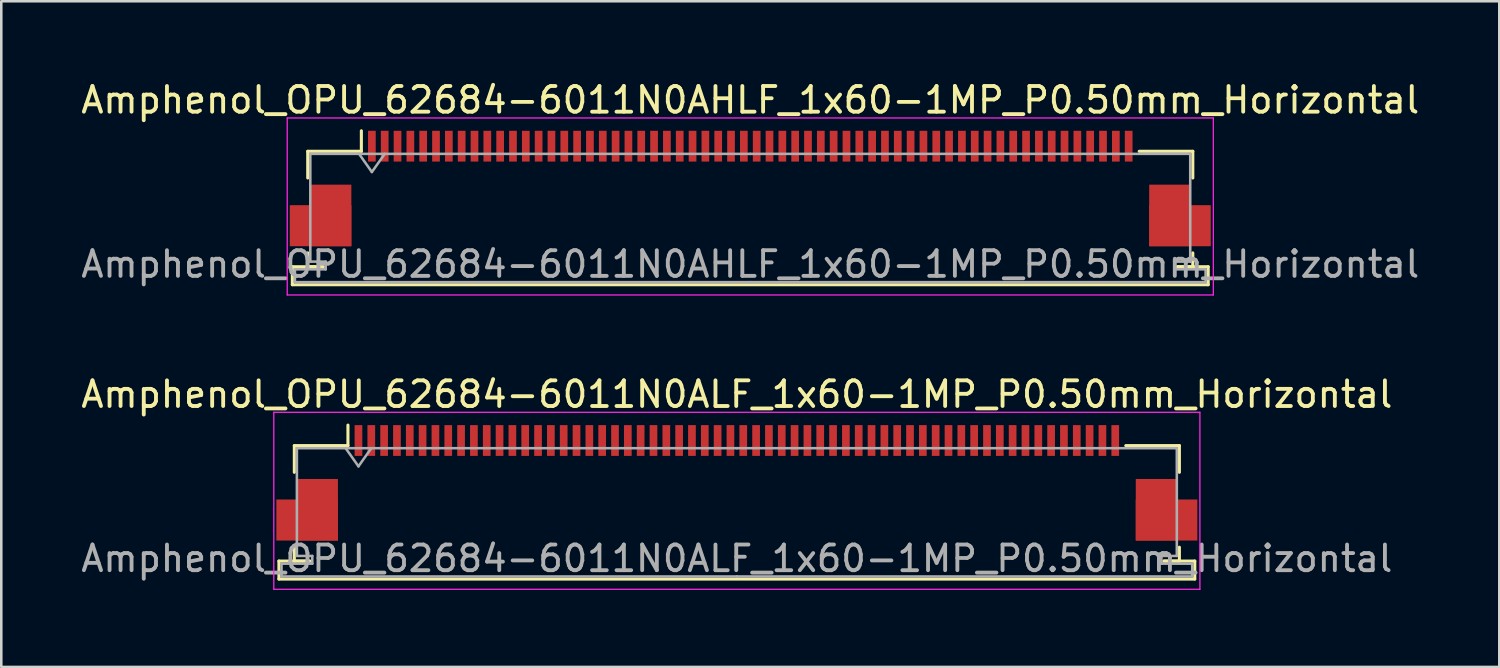
<source format=kicad_pcb>
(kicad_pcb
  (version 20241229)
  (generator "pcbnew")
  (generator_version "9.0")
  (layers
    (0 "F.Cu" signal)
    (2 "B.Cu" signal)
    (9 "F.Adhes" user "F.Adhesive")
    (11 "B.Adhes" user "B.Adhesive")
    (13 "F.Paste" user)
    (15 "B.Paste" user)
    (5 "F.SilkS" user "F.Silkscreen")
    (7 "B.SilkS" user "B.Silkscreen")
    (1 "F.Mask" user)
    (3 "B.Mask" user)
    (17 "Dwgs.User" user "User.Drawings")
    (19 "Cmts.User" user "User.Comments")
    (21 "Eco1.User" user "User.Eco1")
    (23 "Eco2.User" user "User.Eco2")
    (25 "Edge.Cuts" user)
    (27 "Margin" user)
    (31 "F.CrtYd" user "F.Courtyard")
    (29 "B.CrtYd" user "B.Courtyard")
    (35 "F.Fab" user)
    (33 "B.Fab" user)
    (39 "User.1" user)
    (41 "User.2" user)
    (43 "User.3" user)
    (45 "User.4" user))
  (footprint "Amphenol_OPU_62684-6011N0ALF_1x60-1MP_P0.50mm_Horizontal"
    (layer "F.Cu")
    (at 25.673 15.771)
    (property "Reference" "Amphenol_OPU_62684-6011N0ALF_1x60-1MP_P0.50mm_Horizontal" (at 0 -3.45 0) (layer "F.SilkS") (effects (font (size 1 1) (thickness 0.15))))
    (attr smd)
    (fp_line (start -17.85 3.05) (end -17.85 3.75) (stroke (width 0.12) (type solid)) (layer "F.SilkS"))
    (fp_line (start -17.85 3.75) (end 17.85 3.75) (stroke (width 0.12) (type solid)) (layer "F.SilkS"))
    (fp_line (start -17.25 -1.45) (end -17.25 -0.41) (stroke (width 0.12) (type solid)) (layer "F.SilkS"))
    (fp_line (start -17.25 2.51) (end -17.25 3.05) (stroke (width 0.12) (type solid)) (layer "F.SilkS"))
    (fp_line (start -17.25 3.05) (end -16.65 3.05) (stroke (width 0.12) (type solid)) (layer "F.SilkS"))
    (fp_line (start -16.65 3.05) (end -17.85 3.05) (stroke (width 0.12) (type solid)) (layer "F.SilkS"))
    (fp_line (start -15.16 -1.45) (end -17.25 -1.45) (stroke (width 0.12) (type solid)) (layer "F.SilkS"))
    (fp_line (start -15.16 -1.45) (end -15.16 -2.25) (stroke (width 0.12) (type solid)) (layer "F.SilkS"))
    (fp_line (start 15.16 -1.45) (end 17.25 -1.45) (stroke (width 0.12) (type solid)) (layer "F.SilkS"))
    (fp_line (start 16.65 3.05) (end 17.25 3.05) (stroke (width 0.12) (type solid)) (layer "F.SilkS"))
    (fp_line (start 17.25 -1.45) (end 17.25 -0.41) (stroke (width 0.12) (type solid)) (layer "F.SilkS"))
    (fp_line (start 17.25 3.05) (end 17.25 2.51) (stroke (width 0.12) (type solid)) (layer "F.SilkS"))
    (fp_line (start 17.85 3.05) (end 16.65 3.05) (stroke (width 0.12) (type solid)) (layer "F.SilkS"))
    (fp_line (start 17.85 3.75) (end 17.85 3.05) (stroke (width 0.12) (type solid)) (layer "F.SilkS"))
    (fp_line (start -18.05 -2.75) (end -18.05 4.15) (stroke (width 0.05) (type solid)) (layer "F.CrtYd"))
    (fp_line (start -18.05 4.15) (end 18.05 4.15) (stroke (width 0.05) (type solid)) (layer "F.CrtYd"))
    (fp_line (start 18.05 -2.75) (end -18.05 -2.75) (stroke (width 0.05) (type solid)) (layer "F.CrtYd"))
    (fp_line (start 18.05 4.15) (end 18.05 -2.75) (stroke (width 0.05) (type solid)) (layer "F.CrtYd"))
    (fp_line (start -17.75 3.15) (end -17.75 3.65) (stroke (width 0.1) (type solid)) (layer "F.Fab"))
    (fp_line (start -17.75 3.65) (end 0 3.65) (stroke (width 0.1) (type solid)) (layer "F.Fab"))
    (fp_line (start -17.15 -1.35) (end -17.15 2.85) (stroke (width 0.1) (type solid)) (layer "F.Fab"))
    (fp_line (start -17.15 2.85) (end -16.55 2.85) (stroke (width 0.1) (type solid)) (layer "F.Fab"))
    (fp_line (start -16.55 2.85) (end -16.55 3.15) (stroke (width 0.1) (type solid)) (layer "F.Fab"))
    (fp_line (start -16.55 3.15) (end -17.75 3.15) (stroke (width 0.1) (type solid)) (layer "F.Fab"))
    (fp_line (start -15.25 -1.35) (end -14.75 -0.643) (stroke (width 0.1) (type solid)) (layer "F.Fab"))
    (fp_line (start -14.75 -0.643) (end -14.25 -1.35) (stroke (width 0.1) (type solid)) (layer "F.Fab"))
    (fp_line (start 0 -1.35) (end -17.15 -1.35) (stroke (width 0.1) (type solid)) (layer "F.Fab"))
    (fp_line (start 0 -1.35) (end 17.15 -1.35) (stroke (width 0.1) (type solid)) (layer "F.Fab"))
    (fp_line (start 16.55 2.85) (end 16.55 3.15) (stroke (width 0.1) (type solid)) (layer "F.Fab"))
    (fp_line (start 16.55 3.15) (end 17.75 3.15) (stroke (width 0.1) (type solid)) (layer "F.Fab"))
    (fp_line (start 17.15 -1.35) (end 17.15 2.85) (stroke (width 0.1) (type solid)) (layer "F.Fab"))
    (fp_line (start 17.15 2.85) (end 16.55 2.85) (stroke (width 0.1) (type solid)) (layer "F.Fab"))
    (fp_line (start 17.75 3.15) (end 17.75 3.65) (stroke (width 0.1) (type solid)) (layer "F.Fab"))
    (fp_line (start 17.75 3.65) (end 0 3.65) (stroke (width 0.1) (type solid)) (layer "F.Fab"))
    (fp_text user "${REFERENCE}" (at 0 2.95 0) (layer "F.Fab") (effects (font (size 1 1) (thickness 0.15))))
    (pad "1" smd rect (at -14.75 -1.65) (size 0.3 1.2) (layers "F.Cu" "F.Mask" "F.Paste"))
    (pad "2" smd rect (at -14.25 -1.65) (size 0.3 1.2) (layers "F.Cu" "F.Mask" "F.Paste"))
    (pad "3" smd rect (at -13.75 -1.65) (size 0.3 1.2) (layers "F.Cu" "F.Mask" "F.Paste"))
    (pad "4" smd rect (at -13.25 -1.65) (size 0.3 1.2) (layers "F.Cu" "F.Mask" "F.Paste"))
    (pad "5" smd rect (at -12.75 -1.65) (size 0.3 1.2) (layers "F.Cu" "F.Mask" "F.Paste"))
    (pad "6" smd rect (at -12.25 -1.65) (size 0.3 1.2) (layers "F.Cu" "F.Mask" "F.Paste"))
    (pad "7" smd rect (at -11.75 -1.65) (size 0.3 1.2) (layers "F.Cu" "F.Mask" "F.Paste"))
    (pad "8" smd rect (at -11.25 -1.65) (size 0.3 1.2) (layers "F.Cu" "F.Mask" "F.Paste"))
    (pad "9" smd rect (at -10.75 -1.65) (size 0.3 1.2) (layers "F.Cu" "F.Mask" "F.Paste"))
    (pad "10" smd rect (at -10.25 -1.65) (size 0.3 1.2) (layers "F.Cu" "F.Mask" "F.Paste"))
    (pad "11" smd rect (at -9.75 -1.65) (size 0.3 1.2) (layers "F.Cu" "F.Mask" "F.Paste"))
    (pad "12" smd rect (at -9.25 -1.65) (size 0.3 1.2) (layers "F.Cu" "F.Mask" "F.Paste"))
    (pad "13" smd rect (at -8.75 -1.65) (size 0.3 1.2) (layers "F.Cu" "F.Mask" "F.Paste"))
    (pad "14" smd rect (at -8.25 -1.65) (size 0.3 1.2) (layers "F.Cu" "F.Mask" "F.Paste"))
    (pad "15" smd rect (at -7.75 -1.65) (size 0.3 1.2) (layers "F.Cu" "F.Mask" "F.Paste"))
    (pad "16" smd rect (at -7.25 -1.65) (size 0.3 1.2) (layers "F.Cu" "F.Mask" "F.Paste"))
    (pad "17" smd rect (at -6.75 -1.65) (size 0.3 1.2) (layers "F.Cu" "F.Mask" "F.Paste"))
    (pad "18" smd rect (at -6.25 -1.65) (size 0.3 1.2) (layers "F.Cu" "F.Mask" "F.Paste"))
    (pad "19" smd rect (at -5.75 -1.65) (size 0.3 1.2) (layers "F.Cu" "F.Mask" "F.Paste"))
    (pad "20" smd rect (at -5.25 -1.65) (size 0.3 1.2) (layers "F.Cu" "F.Mask" "F.Paste"))
    (pad "21" smd rect (at -4.75 -1.65) (size 0.3 1.2) (layers "F.Cu" "F.Mask" "F.Paste"))
    (pad "22" smd rect (at -4.25 -1.65) (size 0.3 1.2) (layers "F.Cu" "F.Mask" "F.Paste"))
    (pad "23" smd rect (at -3.75 -1.65) (size 0.3 1.2) (layers "F.Cu" "F.Mask" "F.Paste"))
    (pad "24" smd rect (at -3.25 -1.65) (size 0.3 1.2) (layers "F.Cu" "F.Mask" "F.Paste"))
    (pad "25" smd rect (at -2.75 -1.65) (size 0.3 1.2) (layers "F.Cu" "F.Mask" "F.Paste"))
    (pad "26" smd rect (at -2.25 -1.65) (size 0.3 1.2) (layers "F.Cu" "F.Mask" "F.Paste"))
    (pad "27" smd rect (at -1.75 -1.65) (size 0.3 1.2) (layers "F.Cu" "F.Mask" "F.Paste"))
    (pad "28" smd rect (at -1.25 -1.65) (size 0.3 1.2) (layers "F.Cu" "F.Mask" "F.Paste"))
    (pad "29" smd rect (at -0.75 -1.65) (size 0.3 1.2) (layers "F.Cu" "F.Mask" "F.Paste"))
    (pad "30" smd rect (at -0.25 -1.65) (size 0.3 1.2) (layers "F.Cu" "F.Mask" "F.Paste"))
    (pad "31" smd rect (at 0.25 -1.65) (size 0.3 1.2) (layers "F.Cu" "F.Mask" "F.Paste"))
    (pad "32" smd rect (at 0.75 -1.65) (size 0.3 1.2) (layers "F.Cu" "F.Mask" "F.Paste"))
    (pad "33" smd rect (at 1.25 -1.65) (size 0.3 1.2) (layers "F.Cu" "F.Mask" "F.Paste"))
    (pad "34" smd rect (at 1.75 -1.65) (size 0.3 1.2) (layers "F.Cu" "F.Mask" "F.Paste"))
    (pad "35" smd rect (at 2.25 -1.65) (size 0.3 1.2) (layers "F.Cu" "F.Mask" "F.Paste"))
    (pad "36" smd rect (at 2.75 -1.65) (size 0.3 1.2) (layers "F.Cu" "F.Mask" "F.Paste"))
    (pad "37" smd rect (at 3.25 -1.65) (size 0.3 1.2) (layers "F.Cu" "F.Mask" "F.Paste"))
    (pad "38" smd rect (at 3.75 -1.65) (size 0.3 1.2) (layers "F.Cu" "F.Mask" "F.Paste"))
    (pad "39" smd rect (at 4.25 -1.65) (size 0.3 1.2) (layers "F.Cu" "F.Mask" "F.Paste"))
    (pad "40" smd rect (at 4.75 -1.65) (size 0.3 1.2) (layers "F.Cu" "F.Mask" "F.Paste"))
    (pad "41" smd rect (at 5.25 -1.65) (size 0.3 1.2) (layers "F.Cu" "F.Mask" "F.Paste"))
    (pad "42" smd rect (at 5.75 -1.65) (size 0.3 1.2) (layers "F.Cu" "F.Mask" "F.Paste"))
    (pad "43" smd rect (at 6.25 -1.65) (size 0.3 1.2) (layers "F.Cu" "F.Mask" "F.Paste"))
    (pad "44" smd rect (at 6.75 -1.65) (size 0.3 1.2) (layers "F.Cu" "F.Mask" "F.Paste"))
    (pad "45" smd rect (at 7.25 -1.65) (size 0.3 1.2) (layers "F.Cu" "F.Mask" "F.Paste"))
    (pad "46" smd rect (at 7.75 -1.65) (size 0.3 1.2) (layers "F.Cu" "F.Mask" "F.Paste"))
    (pad "47" smd rect (at 8.25 -1.65) (size 0.3 1.2) (layers "F.Cu" "F.Mask" "F.Paste"))
    (pad "48" smd rect (at 8.75 -1.65) (size 0.3 1.2) (layers "F.Cu" "F.Mask" "F.Paste"))
    (pad "49" smd rect (at 9.25 -1.65) (size 0.3 1.2) (layers "F.Cu" "F.Mask" "F.Paste"))
    (pad "50" smd rect (at 9.75 -1.65) (size 0.3 1.2) (layers "F.Cu" "F.Mask" "F.Paste"))
    (pad "51" smd rect (at 10.25 -1.65) (size 0.3 1.2) (layers "F.Cu" "F.Mask" "F.Paste"))
    (pad "52" smd rect (at 10.75 -1.65) (size 0.3 1.2) (layers "F.Cu" "F.Mask" "F.Paste"))
    (pad "53" smd rect (at 11.25 -1.65) (size 0.3 1.2) (layers "F.Cu" "F.Mask" "F.Paste"))
    (pad "54" smd rect (at 11.75 -1.65) (size 0.3 1.2) (layers "F.Cu" "F.Mask" "F.Paste"))
    (pad "55" smd rect (at 12.25 -1.65) (size 0.3 1.2) (layers "F.Cu" "F.Mask" "F.Paste"))
    (pad "56" smd rect (at 12.75 -1.65) (size 0.3 1.2) (layers "F.Cu" "F.Mask" "F.Paste"))
    (pad "57" smd rect (at 13.25 -1.65) (size 0.3 1.2) (layers "F.Cu" "F.Mask" "F.Paste"))
    (pad "58" smd rect (at 13.75 -1.65) (size 0.3 1.2) (layers "F.Cu" "F.Mask" "F.Paste"))
    (pad "59" smd rect (at 14.25 -1.65) (size 0.3 1.2) (layers "F.Cu" "F.Mask" "F.Paste"))
    (pad "60" smd rect (at 14.75 -1.65) (size 0.3 1.2) (layers "F.Cu" "F.Mask" "F.Paste"))
    (pad "MP" smd rect (at -16.75 1.45) (size 2.4 1.6) (layers "F.Cu" "F.Mask" "F.Paste"))
    (pad "MP" smd rect (at -16.35 1.05) (size 1.6 2.4) (layers "F.Cu" "F.Mask" "F.Paste"))
    (pad "MP" smd rect (at 16.35 1.05) (size 1.6 2.4) (layers "F.Cu" "F.Mask" "F.Paste"))
    (pad "MP" smd rect (at 16.75 1.45) (size 2.4 1.6) (layers "F.Cu" "F.Mask" "F.Paste")))
  (footprint "Amphenol_OPU_62684-6011N0AHLF_1x60-1MP_P0.50mm_Horizontal"
    (layer "F.Cu")
    (at 26.196 4.298)
    (property "Reference" "Amphenol_OPU_62684-6011N0AHLF_1x60-1MP_P0.50mm_Horizontal" (at 0 -3.45 0) (layer "F.SilkS") (effects (font (size 1 1) (thickness 0.15))))
    (attr smd)
    (fp_line (start -17.85 3.05) (end -17.85 3.75) (stroke (width 0.12) (type solid)) (layer "F.SilkS"))
    (fp_line (start -17.85 3.75) (end 17.85 3.75) (stroke (width 0.12) (type solid)) (layer "F.SilkS"))
    (fp_line (start -17.25 -1.45) (end -17.25 -0.41) (stroke (width 0.12) (type solid)) (layer "F.SilkS"))
    (fp_line (start -17.25 2.51) (end -17.25 3.05) (stroke (width 0.12) (type solid)) (layer "F.SilkS"))
    (fp_line (start -17.25 3.05) (end -16.65 3.05) (stroke (width 0.12) (type solid)) (layer "F.SilkS"))
    (fp_line (start -16.65 3.05) (end -17.85 3.05) (stroke (width 0.12) (type solid)) (layer "F.SilkS"))
    (fp_line (start -15.16 -1.45) (end -17.25 -1.45) (stroke (width 0.12) (type solid)) (layer "F.SilkS"))
    (fp_line (start -15.16 -1.45) (end -15.16 -2.25) (stroke (width 0.12) (type solid)) (layer "F.SilkS"))
    (fp_line (start 15.16 -1.45) (end 17.25 -1.45) (stroke (width 0.12) (type solid)) (layer "F.SilkS"))
    (fp_line (start 16.65 3.05) (end 17.25 3.05) (stroke (width 0.12) (type solid)) (layer "F.SilkS"))
    (fp_line (start 17.25 -1.45) (end 17.25 -0.41) (stroke (width 0.12) (type solid)) (layer "F.SilkS"))
    (fp_line (start 17.25 3.05) (end 17.25 2.51) (stroke (width 0.12) (type solid)) (layer "F.SilkS"))
    (fp_line (start 17.85 3.05) (end 16.65 3.05) (stroke (width 0.12) (type solid)) (layer "F.SilkS"))
    (fp_line (start 17.85 3.75) (end 17.85 3.05) (stroke (width 0.12) (type solid)) (layer "F.SilkS"))
    (fp_line (start -18.05 -2.75) (end -18.05 4.15) (stroke (width 0.05) (type solid)) (layer "F.CrtYd"))
    (fp_line (start -18.05 4.15) (end 18.05 4.15) (stroke (width 0.05) (type solid)) (layer "F.CrtYd"))
    (fp_line (start 18.05 -2.75) (end -18.05 -2.75) (stroke (width 0.05) (type solid)) (layer "F.CrtYd"))
    (fp_line (start 18.05 4.15) (end 18.05 -2.75) (stroke (width 0.05) (type solid)) (layer "F.CrtYd"))
    (fp_line (start -17.75 3.15) (end -17.75 3.65) (stroke (width 0.1) (type solid)) (layer "F.Fab"))
    (fp_line (start -17.75 3.65) (end 0 3.65) (stroke (width 0.1) (type solid)) (layer "F.Fab"))
    (fp_line (start -17.15 -1.35) (end -17.15 2.85) (stroke (width 0.1) (type solid)) (layer "F.Fab"))
    (fp_line (start -17.15 2.85) (end -16.55 2.85) (stroke (width 0.1) (type solid)) (layer "F.Fab"))
    (fp_line (start -16.55 2.85) (end -16.55 3.15) (stroke (width 0.1) (type solid)) (layer "F.Fab"))
    (fp_line (start -16.55 3.15) (end -17.75 3.15) (stroke (width 0.1) (type solid)) (layer "F.Fab"))
    (fp_line (start -15.25 -1.35) (end -14.75 -0.643) (stroke (width 0.1) (type solid)) (layer "F.Fab"))
    (fp_line (start -14.75 -0.643) (end -14.25 -1.35) (stroke (width 0.1) (type solid)) (layer "F.Fab"))
    (fp_line (start 0 -1.35) (end -17.15 -1.35) (stroke (width 0.1) (type solid)) (layer "F.Fab"))
    (fp_line (start 0 -1.35) (end 17.15 -1.35) (stroke (width 0.1) (type solid)) (layer "F.Fab"))
    (fp_line (start 16.55 2.85) (end 16.55 3.15) (stroke (width 0.1) (type solid)) (layer "F.Fab"))
    (fp_line (start 16.55 3.15) (end 17.75 3.15) (stroke (width 0.1) (type solid)) (layer "F.Fab"))
    (fp_line (start 17.15 -1.35) (end 17.15 2.85) (stroke (width 0.1) (type solid)) (layer "F.Fab"))
    (fp_line (start 17.15 2.85) (end 16.55 2.85) (stroke (width 0.1) (type solid)) (layer "F.Fab"))
    (fp_line (start 17.75 3.15) (end 17.75 3.65) (stroke (width 0.1) (type solid)) (layer "F.Fab"))
    (fp_line (start 17.75 3.65) (end 0 3.65) (stroke (width 0.1) (type solid)) (layer "F.Fab"))
    (fp_text user "${REFERENCE}" (at 0 2.95 0) (layer "F.Fab") (effects (font (size 1 1) (thickness 0.15))))
    (pad "1" smd rect (at -14.75 -1.65) (size 0.3 1.2) (layers "F.Cu" "F.Mask" "F.Paste"))
    (pad "2" smd rect (at -14.25 -1.65) (size 0.3 1.2) (layers "F.Cu" "F.Mask" "F.Paste"))
    (pad "3" smd rect (at -13.75 -1.65) (size 0.3 1.2) (layers "F.Cu" "F.Mask" "F.Paste"))
    (pad "4" smd rect (at -13.25 -1.65) (size 0.3 1.2) (layers "F.Cu" "F.Mask" "F.Paste"))
    (pad "5" smd rect (at -12.75 -1.65) (size 0.3 1.2) (layers "F.Cu" "F.Mask" "F.Paste"))
    (pad "6" smd rect (at -12.25 -1.65) (size 0.3 1.2) (layers "F.Cu" "F.Mask" "F.Paste"))
    (pad "7" smd rect (at -11.75 -1.65) (size 0.3 1.2) (layers "F.Cu" "F.Mask" "F.Paste"))
    (pad "8" smd rect (at -11.25 -1.65) (size 0.3 1.2) (layers "F.Cu" "F.Mask" "F.Paste"))
    (pad "9" smd rect (at -10.75 -1.65) (size 0.3 1.2) (layers "F.Cu" "F.Mask" "F.Paste"))
    (pad "10" smd rect (at -10.25 -1.65) (size 0.3 1.2) (layers "F.Cu" "F.Mask" "F.Paste"))
    (pad "11" smd rect (at -9.75 -1.65) (size 0.3 1.2) (layers "F.Cu" "F.Mask" "F.Paste"))
    (pad "12" smd rect (at -9.25 -1.65) (size 0.3 1.2) (layers "F.Cu" "F.Mask" "F.Paste"))
    (pad "13" smd rect (at -8.75 -1.65) (size 0.3 1.2) (layers "F.Cu" "F.Mask" "F.Paste"))
    (pad "14" smd rect (at -8.25 -1.65) (size 0.3 1.2) (layers "F.Cu" "F.Mask" "F.Paste"))
    (pad "15" smd rect (at -7.75 -1.65) (size 0.3 1.2) (layers "F.Cu" "F.Mask" "F.Paste"))
    (pad "16" smd rect (at -7.25 -1.65) (size 0.3 1.2) (layers "F.Cu" "F.Mask" "F.Paste"))
    (pad "17" smd rect (at -6.75 -1.65) (size 0.3 1.2) (layers "F.Cu" "F.Mask" "F.Paste"))
    (pad "18" smd rect (at -6.25 -1.65) (size 0.3 1.2) (layers "F.Cu" "F.Mask" "F.Paste"))
    (pad "19" smd rect (at -5.75 -1.65) (size 0.3 1.2) (layers "F.Cu" "F.Mask" "F.Paste"))
    (pad "20" smd rect (at -5.25 -1.65) (size 0.3 1.2) (layers "F.Cu" "F.Mask" "F.Paste"))
    (pad "21" smd rect (at -4.75 -1.65) (size 0.3 1.2) (layers "F.Cu" "F.Mask" "F.Paste"))
    (pad "22" smd rect (at -4.25 -1.65) (size 0.3 1.2) (layers "F.Cu" "F.Mask" "F.Paste"))
    (pad "23" smd rect (at -3.75 -1.65) (size 0.3 1.2) (layers "F.Cu" "F.Mask" "F.Paste"))
    (pad "24" smd rect (at -3.25 -1.65) (size 0.3 1.2) (layers "F.Cu" "F.Mask" "F.Paste"))
    (pad "25" smd rect (at -2.75 -1.65) (size 0.3 1.2) (layers "F.Cu" "F.Mask" "F.Paste"))
    (pad "26" smd rect (at -2.25 -1.65) (size 0.3 1.2) (layers "F.Cu" "F.Mask" "F.Paste"))
    (pad "27" smd rect (at -1.75 -1.65) (size 0.3 1.2) (layers "F.Cu" "F.Mask" "F.Paste"))
    (pad "28" smd rect (at -1.25 -1.65) (size 0.3 1.2) (layers "F.Cu" "F.Mask" "F.Paste"))
    (pad "29" smd rect (at -0.75 -1.65) (size 0.3 1.2) (layers "F.Cu" "F.Mask" "F.Paste"))
    (pad "30" smd rect (at -0.25 -1.65) (size 0.3 1.2) (layers "F.Cu" "F.Mask" "F.Paste"))
    (pad "31" smd rect (at 0.25 -1.65) (size 0.3 1.2) (layers "F.Cu" "F.Mask" "F.Paste"))
    (pad "32" smd rect (at 0.75 -1.65) (size 0.3 1.2) (layers "F.Cu" "F.Mask" "F.Paste"))
    (pad "33" smd rect (at 1.25 -1.65) (size 0.3 1.2) (layers "F.Cu" "F.Mask" "F.Paste"))
    (pad "34" smd rect (at 1.75 -1.65) (size 0.3 1.2) (layers "F.Cu" "F.Mask" "F.Paste"))
    (pad "35" smd rect (at 2.25 -1.65) (size 0.3 1.2) (layers "F.Cu" "F.Mask" "F.Paste"))
    (pad "36" smd rect (at 2.75 -1.65) (size 0.3 1.2) (layers "F.Cu" "F.Mask" "F.Paste"))
    (pad "37" smd rect (at 3.25 -1.65) (size 0.3 1.2) (layers "F.Cu" "F.Mask" "F.Paste"))
    (pad "38" smd rect (at 3.75 -1.65) (size 0.3 1.2) (layers "F.Cu" "F.Mask" "F.Paste"))
    (pad "39" smd rect (at 4.25 -1.65) (size 0.3 1.2) (layers "F.Cu" "F.Mask" "F.Paste"))
    (pad "40" smd rect (at 4.75 -1.65) (size 0.3 1.2) (layers "F.Cu" "F.Mask" "F.Paste"))
    (pad "41" smd rect (at 5.25 -1.65) (size 0.3 1.2) (layers "F.Cu" "F.Mask" "F.Paste"))
    (pad "42" smd rect (at 5.75 -1.65) (size 0.3 1.2) (layers "F.Cu" "F.Mask" "F.Paste"))
    (pad "43" smd rect (at 6.25 -1.65) (size 0.3 1.2) (layers "F.Cu" "F.Mask" "F.Paste"))
    (pad "44" smd rect (at 6.75 -1.65) (size 0.3 1.2) (layers "F.Cu" "F.Mask" "F.Paste"))
    (pad "45" smd rect (at 7.25 -1.65) (size 0.3 1.2) (layers "F.Cu" "F.Mask" "F.Paste"))
    (pad "46" smd rect (at 7.75 -1.65) (size 0.3 1.2) (layers "F.Cu" "F.Mask" "F.Paste"))
    (pad "47" smd rect (at 8.25 -1.65) (size 0.3 1.2) (layers "F.Cu" "F.Mask" "F.Paste"))
    (pad "48" smd rect (at 8.75 -1.65) (size 0.3 1.2) (layers "F.Cu" "F.Mask" "F.Paste"))
    (pad "49" smd rect (at 9.25 -1.65) (size 0.3 1.2) (layers "F.Cu" "F.Mask" "F.Paste"))
    (pad "50" smd rect (at 9.75 -1.65) (size 0.3 1.2) (layers "F.Cu" "F.Mask" "F.Paste"))
    (pad "51" smd rect (at 10.25 -1.65) (size 0.3 1.2) (layers "F.Cu" "F.Mask" "F.Paste"))
    (pad "52" smd rect (at 10.75 -1.65) (size 0.3 1.2) (layers "F.Cu" "F.Mask" "F.Paste"))
    (pad "53" smd rect (at 11.25 -1.65) (size 0.3 1.2) (layers "F.Cu" "F.Mask" "F.Paste"))
    (pad "54" smd rect (at 11.75 -1.65) (size 0.3 1.2) (layers "F.Cu" "F.Mask" "F.Paste"))
    (pad "55" smd rect (at 12.25 -1.65) (size 0.3 1.2) (layers "F.Cu" "F.Mask" "F.Paste"))
    (pad "56" smd rect (at 12.75 -1.65) (size 0.3 1.2) (layers "F.Cu" "F.Mask" "F.Paste"))
    (pad "57" smd rect (at 13.25 -1.65) (size 0.3 1.2) (layers "F.Cu" "F.Mask" "F.Paste"))
    (pad "58" smd rect (at 13.75 -1.65) (size 0.3 1.2) (layers "F.Cu" "F.Mask" "F.Paste"))
    (pad "59" smd rect (at 14.25 -1.65) (size 0.3 1.2) (layers "F.Cu" "F.Mask" "F.Paste"))
    (pad "60" smd rect (at 14.75 -1.65) (size 0.3 1.2) (layers "F.Cu" "F.Mask" "F.Paste"))
    (pad "MP" smd rect (at -16.75 1.45) (size 2.4 1.6) (layers "F.Cu" "F.Mask" "F.Paste"))
    (pad "MP" smd rect (at -16.35 1.05) (size 1.6 2.4) (layers "F.Cu" "F.Mask" "F.Paste"))
    (pad "MP" smd rect (at 16.35 1.05) (size 1.6 2.4) (layers "F.Cu" "F.Mask" "F.Paste"))
    (pad "MP" smd rect (at 16.75 1.45) (size 2.4 1.6) (layers "F.Cu" "F.Mask" "F.Paste")))
  (gr_rect
    (start -3 -3)
    (end 55.393 22.947)
    (stroke (width 0.1) (type default))
    (fill no)
    (layer "Edge.Cuts")))
</source>
